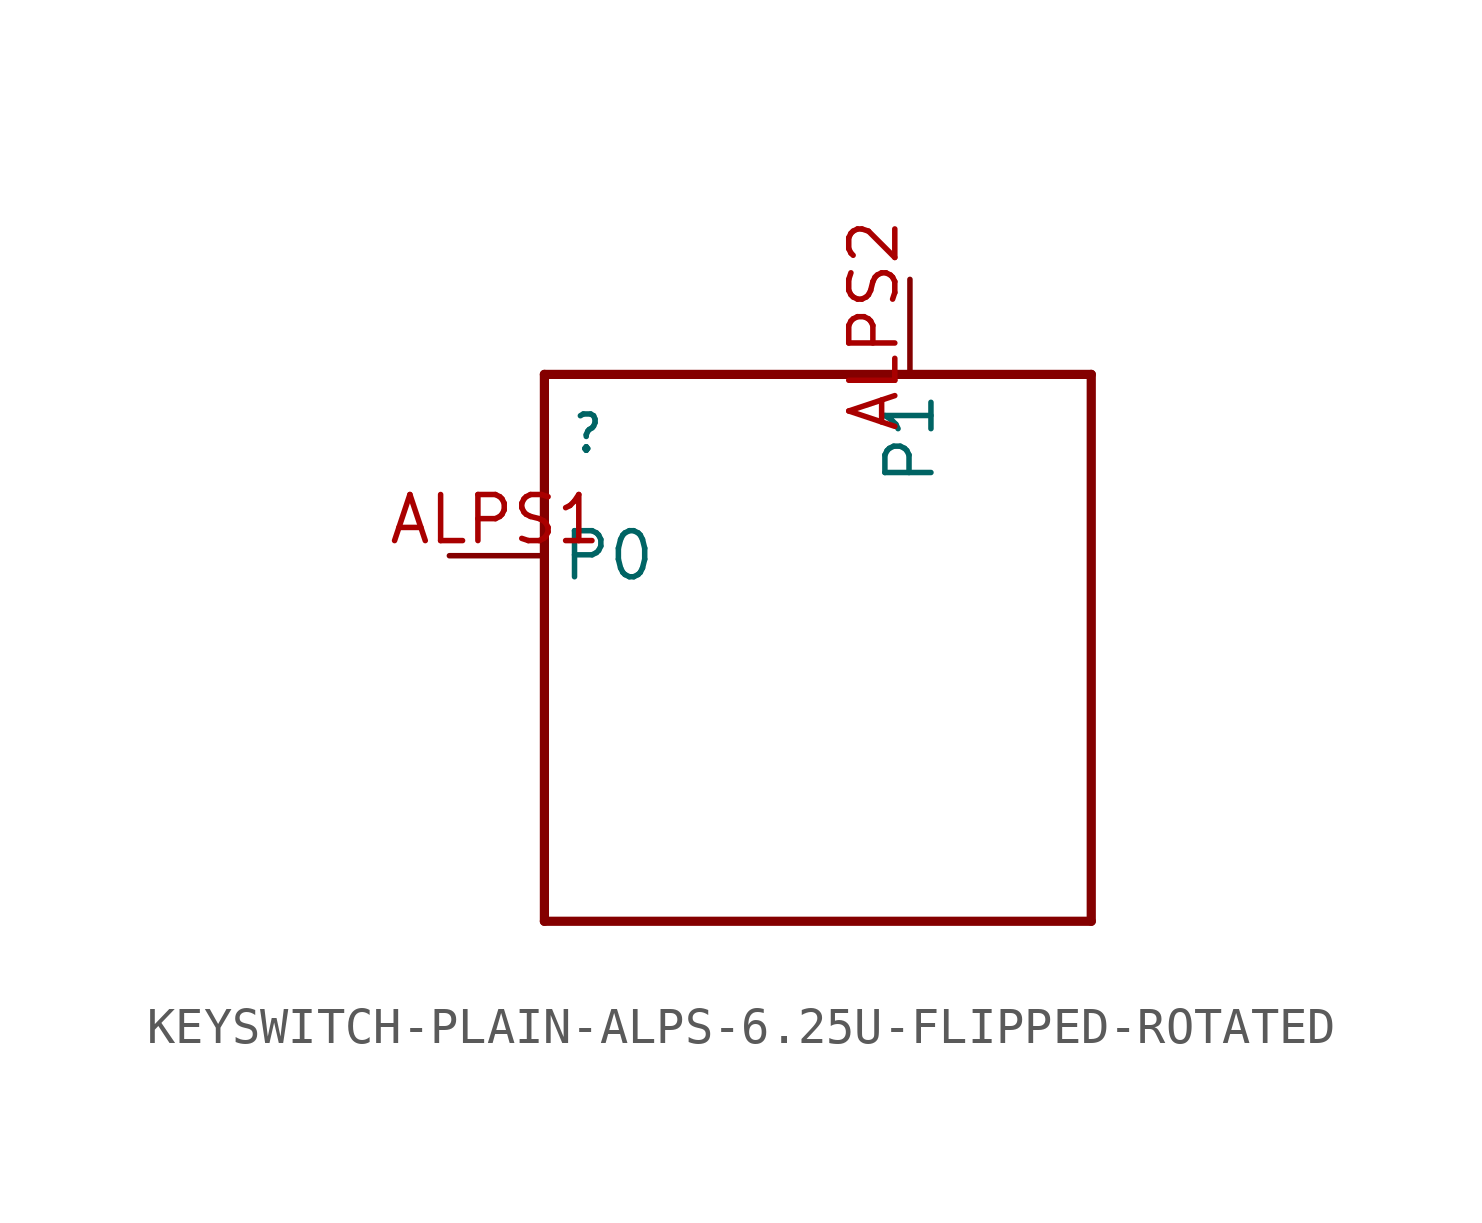
<source format=kicad_sym>
(kicad_symbol_lib
  (version 20211014)
  (generator kicad_symbol_editor)
  (symbol "KEYSWITCH-PLAIN-ALPS-6.25U-FLIPPED-ROTATED"
    (property "Reference" ""
      (at -6.81 5.318 0)
      (effects (font (size 1 0.85)) (justify left bottom)))
    (property "ki_locked" ""
      (at 0 0 0)
      (effects (font (size 1.27 1.27))))
    (symbol "KEYSWITCH-PLAIN-ALPS-6.25U-FLIPPED-ROTATED_1_0"
      (polyline (pts (xy -7.54 -7.54) (xy -7.54 7.54)) (stroke (width 0.254) (type default) (color 0 0 0 0)) (fill (type none)))
      (polyline (pts (xy -7.54 7.54) (xy 7.54 7.54)) (stroke (width 0.254) (type default) (color 0 0 0 0)) (fill (type none)))
      (polyline (pts (xy 7.54 -7.54) (xy -7.54 -7.54)) (stroke (width 0.254) (type default) (color 0 0 0 0)) (fill (type none)))
      (polyline (pts (xy 7.54 7.54) (xy 7.54 -7.54)) (stroke (width 0.254) (type default) (color 0 0 0 0)) (fill (type none)))
      (pin bidirectional line (at -10.16 2.54 0) (length 2.54) (name "P0" (effects (font (size 1.27 1.27)))) (number "ALPS1" (effects (font (size 1.27 1.27)))))
      (pin bidirectional line (at 2.54 10.16 270) (length 2.54) (name "P1" (effects (font (size 1.27 1.27)))) (number "ALPS2" (effects (font (size 1.27 1.27))))))))
</source>
